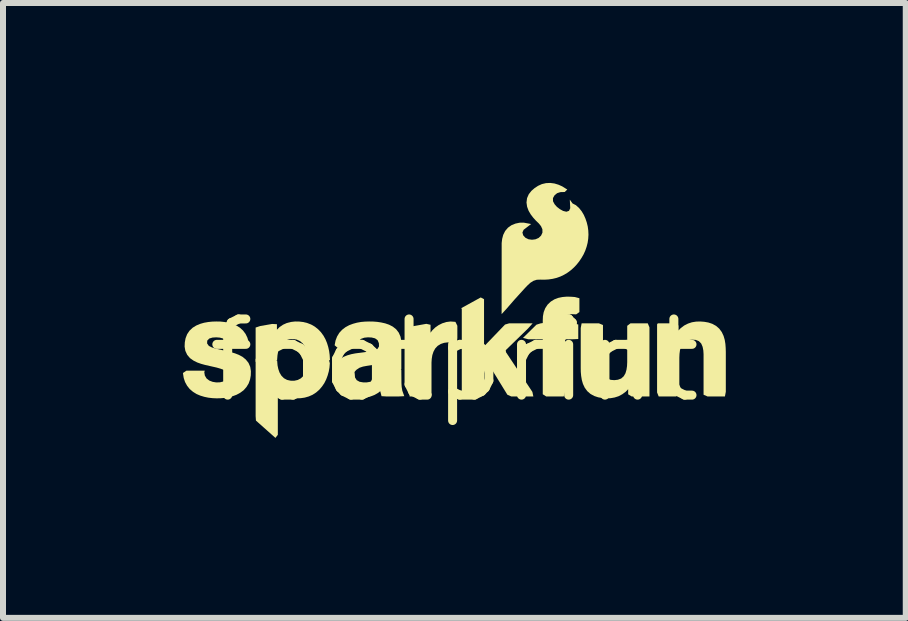
<source format=kicad_pcb>
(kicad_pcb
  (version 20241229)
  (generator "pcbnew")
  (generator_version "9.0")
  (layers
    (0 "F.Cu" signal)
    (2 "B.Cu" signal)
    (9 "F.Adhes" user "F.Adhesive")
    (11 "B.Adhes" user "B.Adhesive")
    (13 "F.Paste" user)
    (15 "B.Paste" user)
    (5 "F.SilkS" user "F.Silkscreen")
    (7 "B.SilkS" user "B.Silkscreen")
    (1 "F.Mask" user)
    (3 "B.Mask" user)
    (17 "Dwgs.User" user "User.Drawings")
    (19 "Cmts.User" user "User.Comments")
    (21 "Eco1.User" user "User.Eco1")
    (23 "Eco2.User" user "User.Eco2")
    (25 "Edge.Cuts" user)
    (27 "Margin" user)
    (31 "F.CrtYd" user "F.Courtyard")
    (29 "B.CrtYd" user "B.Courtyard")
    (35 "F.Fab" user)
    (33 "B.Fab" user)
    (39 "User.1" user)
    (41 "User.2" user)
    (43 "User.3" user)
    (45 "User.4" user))
  (footprint "footprint"
    (layer "F.Cu")
    (at 4.526 2.958)
    (property "Reference" "footprint" (at 0 0 0) (layer "F.SilkS") (effects (font (size 1.27 1.27) (thickness 0.15))))
    (fp_poly (pts (xy 0.494 -1.02) (xy 0.494 -0.233) (xy 0.844 -0.597) (xy 0.912 -0.617) (xy 1.304 -0.617) (xy 1.228 -0.532) (xy 0.856 -0.17) (xy 0.86 -0.136) (xy 1.3 0.526) (xy 1.316 0.602) (xy 0.948 0.602) (xy 0.883 0.573) (xy 0.602 0.116) (xy 0.585 0.098) (xy 0.511 0.168) (xy 0.494 0.216) (xy 0.494 0.554) (xy 0.446 0.602) (xy 0.155 0.602) (xy 0.123 0.538) (xy 0.123 -0.855) (xy 0.115 -0.871) (xy 0.439 -1.049)) (stroke (width 0) (type solid)) (fill yes) (layer "F.SilkS"))
    (fp_poly (pts (xy 0.017 -0.642) (xy 0.049 -0.577) (xy 0.049 -0.372) (xy 0.04 -0.287) (xy -0.049 -0.298) (xy -0.111 -0.3) (xy -0.172 -0.292) (xy -0.229 -0.273) (xy -0.28 -0.241) (xy -0.32 -0.198) (xy -0.349 -0.145) (xy -0.368 -0.087) (xy -0.378 -0.025) (xy -0.382 0.039) (xy -0.382 0.584) (xy -0.458 0.602) (xy -0.747 0.602) (xy -0.753 0.516) (xy -0.753 -0.541) (xy -0.747 -0.559) (xy -0.468 -0.609) (xy -0.398 -0.593) (xy -0.398 -0.461) (xy -0.371 -0.498) (xy -0.321 -0.547) (xy -0.264 -0.587) (xy -0.202 -0.618) (xy -0.135 -0.639) (xy -0.065 -0.648)) (stroke (width 0) (type solid)) (fill yes) (layer "F.SilkS"))
    (fp_poly (pts (xy 1.939 -1.061) (xy 2.008 -1.056) (xy 2.084 -1.036) (xy 2.084 -0.805) (xy 2.03 -0.767) (xy 1.956 -0.77) (xy 1.899 -0.765) (xy 1.859 -0.737) (xy 1.845 -0.685) (xy 1.844 -0.634) (xy 1.864 -0.617) (xy 1.99 -0.617) (xy 2.065 -0.598) (xy 2.065 -0.356) (xy 1.977 -0.352) (xy 1.858 -0.352) (xy 1.844 -0.329) (xy 1.844 0.529) (xy 1.822 0.602) (xy 1.531 0.602) (xy 1.473 0.565) (xy 1.473 -0.352) (xy 1.23 -0.352) (xy 1.143 -0.374) (xy 1.368 -0.595) (xy 1.435 -0.616) (xy 1.473 -0.622) (xy 1.473 -0.667) (xy 1.476 -0.736) (xy 1.489 -0.805) (xy 1.515 -0.871) (xy 1.555 -0.931) (xy 1.607 -0.98) (xy 1.667 -1.017) (xy 1.733 -1.042) (xy 1.802 -1.056) (xy 1.87 -1.062)) (stroke (width 0) (type solid)) (fill yes) (layer "F.SilkS"))
    (fp_poly (pts (xy -1.662 0.224) (xy -1.657 0.285) (xy -1.629 0.33) (xy -1.581 0.357) (xy -1.522 0.367) (xy -1.46 0.367) (xy -1.4 0.357) (xy -1.346 0.333) (xy -1.303 0.294) (xy -1.274 0.243) (xy -1.256 0.165) (xy -1.177 0.155) (xy -0.885 0.155) (xy -0.883 0.379) (xy -0.879 0.443) (xy -0.869 0.505) (xy -0.836 0.597) (xy -0.932 0.602) (xy -1.132 0.602) (xy -1.215 0.597) (xy -1.235 0.519) (xy -1.238 0.515) (xy -1.27 0.541) (xy -1.331 0.576) (xy -1.396 0.601) (xy -1.462 0.619) (xy -1.531 0.629) (xy -1.599 0.633) (xy -1.668 0.631) (xy -1.737 0.621) (xy -1.804 0.601) (xy -1.868 0.571) (xy -1.926 0.528) (xy -1.973 0.474) (xy -2.006 0.411) (xy -2.026 0.342) (xy -2.033 0.272) (xy -2.029 0.19) (xy -1.966 0.155) (xy -1.672 0.155)) (stroke (width 0) (type solid)) (fill yes) (layer "F.SilkS"))
    (fp_poly (pts (xy -2.955 0.005) (xy -2.949 0.083) (xy -2.936 0.145) (xy -2.915 0.204) (xy -2.884 0.256) (xy -2.842 0.298) (xy -2.79 0.326) (xy -2.732 0.339) (xy -2.671 0.34) (xy -2.612 0.327) (xy -2.56 0.3) (xy -2.517 0.259) (xy -2.486 0.208) (xy -2.465 0.149) (xy -2.453 0.088) (xy -2.446 0.01) (xy -2.388 -0.026) (xy -2.097 -0.026) (xy -2.077 0.048) (xy -2.083 0.12) (xy -2.095 0.187) (xy -2.114 0.254) (xy -2.138 0.318) (xy -2.169 0.38) (xy -2.208 0.437) (xy -2.253 0.49) (xy -2.306 0.536) (xy -2.365 0.574) (xy -2.429 0.602) (xy -2.496 0.621) (xy -2.564 0.631) (xy -2.634 0.633) (xy -2.703 0.625) (xy -2.771 0.608) (xy -2.835 0.58) (xy -2.895 0.542) (xy -2.944 0.497) (xy -2.944 1.241) (xy -2.984 1.293) (xy -3.309 1.004) (xy -3.314 0.929) (xy -3.314 -0.026) (xy -3.018 -0.026)) (stroke (width 0) (type solid)) (fill yes) (layer "F.SilkS"))
    (fp_poly (pts (xy 2.477 -0.589) (xy 2.477 0.087) (xy 2.481 0.15) (xy 2.492 0.211) (xy 2.515 0.264) (xy 2.554 0.304) (xy 2.606 0.325) (xy 2.666 0.33) (xy 2.726 0.323) (xy 2.78 0.303) (xy 2.823 0.265) (xy 2.852 0.215) (xy 2.869 0.156) (xy 2.878 0.094) (xy 2.881 0.03) (xy 2.881 -0.576) (xy 2.935 -0.617) (xy 3.224 -0.617) (xy 3.252 -0.55) (xy 3.252 0.602) (xy 2.956 0.602) (xy 2.897 0.566) (xy 2.897 0.481) (xy 2.855 0.524) (xy 2.799 0.565) (xy 2.737 0.598) (xy 2.671 0.619) (xy 2.602 0.631) (xy 2.534 0.633) (xy 2.465 0.628) (xy 2.397 0.616) (xy 2.331 0.594) (xy 2.269 0.56) (xy 2.215 0.513) (xy 2.173 0.456) (xy 2.143 0.392) (xy 2.124 0.326) (xy 2.113 0.258) (xy 2.107 0.191) (xy 2.106 0.124) (xy 2.106 -0.539) (xy 2.121 -0.617) (xy 2.41 -0.617)) (stroke (width 0) (type solid)) (fill yes) (layer "F.SilkS"))
    (fp_poly (pts (xy -2.588 -0.647) (xy -2.52 -0.639) (xy -2.452 -0.622) (xy -2.388 -0.597) (xy -2.327 -0.562) (xy -2.273 -0.519) (xy -2.225 -0.469) (xy -2.184 -0.413) (xy -2.15 -0.352) (xy -2.124 -0.289) (xy -2.104 -0.224) (xy -2.089 -0.157) (xy -2.08 -0.09) (xy -2.075 -0.006) (xy -2.141 0.024) (xy -2.43 0.024) (xy -2.448 -0.051) (xy -2.457 -0.116) (xy -2.472 -0.177) (xy -2.496 -0.233) (xy -2.53 -0.283) (xy -2.575 -0.322) (xy -2.628 -0.346) (xy -2.687 -0.356) (xy -2.748 -0.353) (xy -2.804 -0.336) (xy -2.854 -0.304) (xy -2.893 -0.259) (xy -2.921 -0.205) (xy -2.939 -0.146) (xy -2.95 -0.084) (xy -2.956 -0.004) (xy -3.02 0.024) (xy -3.314 0.024) (xy -3.314 -0.547) (xy -3.239 -0.572) (xy -3.039 -0.607) (xy -2.959 -0.603) (xy -2.959 -0.511) (xy -2.916 -0.554) (xy -2.858 -0.594) (xy -2.793 -0.623) (xy -2.726 -0.64) (xy -2.657 -0.648)) (stroke (width 0) (type solid)) (fill yes) (layer "F.SilkS"))
    (fp_poly (pts (xy 4.166 -0.643) (xy 4.234 -0.631) (xy 4.3 -0.609) (xy 4.362 -0.575) (xy 4.416 -0.528) (xy 4.458 -0.471) (xy 4.488 -0.407) (xy 4.507 -0.341) (xy 4.518 -0.273) (xy 4.523 -0.206) (xy 4.525 -0.139) (xy 4.525 0.524) (xy 4.51 0.602) (xy 4.22 0.602) (xy 4.154 0.573) (xy 4.154 -0.102) (xy 4.15 -0.166) (xy 4.138 -0.226) (xy 4.115 -0.28) (xy 4.076 -0.32) (xy 4.024 -0.341) (xy 3.964 -0.345) (xy 3.905 -0.338) (xy 3.85 -0.318) (xy 3.807 -0.281) (xy 3.778 -0.23) (xy 3.761 -0.171) (xy 3.753 -0.109) (xy 3.75 -0.045) (xy 3.75 0.561) (xy 3.695 0.602) (xy 3.406 0.602) (xy 3.379 0.535) (xy 3.379 -0.6) (xy 3.391 -0.617) (xy 3.675 -0.617) (xy 3.734 -0.581) (xy 3.734 -0.497) (xy 3.775 -0.539) (xy 3.831 -0.581) (xy 3.894 -0.613) (xy 3.96 -0.635) (xy 4.029 -0.646) (xy 4.097 -0.648)) (stroke (width 0) (type solid)) (fill yes) (layer "F.SilkS"))
    (fp_poly (pts (xy -1.356 -0.647) (xy -1.289 -0.642) (xy -1.222 -0.632) (xy -1.155 -0.617) (xy -1.09 -0.595) (xy -1.028 -0.563) (xy -0.972 -0.519) (xy -0.928 -0.462) (xy -0.899 -0.396) (xy -0.886 -0.327) (xy -0.885 -0.259) (xy -0.885 0.143) (xy -0.917 0.205) (xy -1.204 0.205) (xy -1.257 0.166) (xy -1.256 0.052) (xy -1.267 0.054) (xy -1.331 0.072) (xy -1.462 0.092) (xy -1.525 0.104) (xy -1.582 0.123) (xy -1.632 0.156) (xy -1.679 0.205) (xy -1.958 0.205) (xy -2.028 0.177) (xy -1.999 0.089) (xy -1.96 0.029) (xy -1.909 -0.021) (xy -1.849 -0.058) (xy -1.785 -0.084) (xy -1.719 -0.103) (xy -1.653 -0.116) (xy -1.392 -0.151) (xy -1.333 -0.165) (xy -1.283 -0.19) (xy -1.257 -0.233) (xy -1.259 -0.286) (xy -1.28 -0.336) (xy -1.323 -0.367) (xy -1.38 -0.381) (xy -1.441 -0.384) (xy -1.502 -0.378) (xy -1.556 -0.359) (xy -1.597 -0.322) (xy -1.622 -0.265) (xy -1.658 -0.207) (xy -1.945 -0.207) (xy -1.997 -0.252) (xy -1.981 -0.333) (xy -1.956 -0.398) (xy -1.919 -0.459) (xy -1.872 -0.51) (xy -1.816 -0.553) (xy -1.755 -0.586) (xy -1.691 -0.61) (xy -1.625 -0.628) (xy -1.558 -0.64) (xy -1.491 -0.646) (xy -1.423 -0.648)) (stroke (width 0) (type solid)) (fill yes) (layer "F.SilkS"))
    (fp_poly (pts (xy 1.668 -2.949) (xy 1.734 -2.929) (xy 1.797 -2.901) (xy 1.882 -2.848) (xy 1.839 -2.807) (xy 1.767 -2.805) (xy 1.712 -2.787) (xy 1.669 -2.751) (xy 1.643 -2.705) (xy 1.644 -2.652) (xy 1.671 -2.602) (xy 1.711 -2.557) (xy 1.76 -2.52) (xy 1.813 -2.491) (xy 1.867 -2.478) (xy 1.911 -2.493) (xy 1.931 -2.537) (xy 1.924 -2.68) (xy 1.97 -2.616) (xy 2.026 -2.587) (xy 2.079 -2.539) (xy 2.122 -2.485) (xy 2.157 -2.426) (xy 2.185 -2.363) (xy 2.207 -2.298) (xy 2.223 -2.232) (xy 2.232 -2.164) (xy 2.235 -2.096) (xy 2.231 -2.028) (xy 2.221 -1.96) (xy 2.204 -1.894) (xy 2.182 -1.83) (xy 2.154 -1.768) (xy 2.12 -1.709) (xy 2.082 -1.652) (xy 2.04 -1.599) (xy 1.994 -1.55) (xy 1.943 -1.504) (xy 1.888 -1.463) (xy 1.83 -1.428) (xy 1.768 -1.398) (xy 1.704 -1.375) (xy 1.637 -1.359) (xy 1.57 -1.349) (xy 1.502 -1.345) (xy 1.436 -1.346) (xy 1.374 -1.344) (xy 1.318 -1.326) (xy 1.267 -1.294) (xy 1.221 -1.252) (xy 1.176 -1.205) (xy 0.999 -1.01) (xy 0.869 -0.86) (xy 0.787 -0.771) (xy 0.788 -1.957) (xy 0.796 -2.025) (xy 0.814 -2.093) (xy 0.846 -2.157) (xy 0.893 -2.212) (xy 0.951 -2.253) (xy 1.017 -2.28) (xy 1.086 -2.295) (xy 1.156 -2.296) (xy 1.279 -2.273) (xy 1.154 -2.177) (xy 1.134 -2.132) (xy 1.147 -2.084) (xy 1.184 -2.044) (xy 1.235 -2.019) (xy 1.293 -2.011) (xy 1.351 -2.018) (xy 1.404 -2.041) (xy 1.445 -2.08) (xy 1.468 -2.13) (xy 1.467 -2.185) (xy 1.444 -2.237) (xy 1.406 -2.284) (xy 1.359 -2.329) (xy 1.313 -2.38) (xy 1.272 -2.434) (xy 1.237 -2.494) (xy 1.212 -2.561) (xy 1.202 -2.632) (xy 1.211 -2.704) (xy 1.24 -2.77) (xy 1.284 -2.826) (xy 1.337 -2.872) (xy 1.395 -2.91) (xy 1.459 -2.939) (xy 1.528 -2.955) (xy 1.598 -2.958)) (stroke (width 0) (type solid)) (fill yes) (layer "F.SilkS"))
    (fp_poly (pts (xy -3.903 -0.647) (xy -3.835 -0.64) (xy -3.768 -0.628) (xy -3.701 -0.609) (xy -3.637 -0.582) (xy -3.577 -0.545) (xy -3.525 -0.498) (xy -3.482 -0.441) (xy -3.451 -0.377) (xy -3.432 -0.308) (xy -3.437 -0.226) (xy -3.736 -0.226) (xy -3.781 -0.273) (xy -3.809 -0.33) (xy -3.853 -0.363) (xy -3.91 -0.379) (xy -3.971 -0.384) (xy -4.033 -0.38) (xy -4.087 -0.364) (xy -4.121 -0.329) (xy -4.123 -0.282) (xy -4.094 -0.241) (xy -4.042 -0.215) (xy -3.982 -0.196) (xy -3.789 -0.152) (xy -3.724 -0.136) (xy -3.659 -0.117) (xy -3.595 -0.092) (xy -3.533 -0.059) (xy -3.478 -0.014) (xy -3.433 0.042) (xy -3.404 0.109) (xy -3.393 0.18) (xy -3.395 0.25) (xy -3.407 0.319) (xy -3.431 0.386) (xy -3.468 0.446) (xy -3.515 0.499) (xy -3.572 0.541) (xy -3.633 0.574) (xy -3.698 0.598) (xy -3.765 0.615) (xy -3.832 0.626) (xy -3.9 0.632) (xy -3.968 0.633) (xy -4.035 0.63) (xy -4.103 0.622) (xy -4.17 0.608) (xy -4.236 0.588) (xy -4.3 0.561) (xy -4.359 0.524) (xy -4.413 0.478) (xy -4.457 0.423) (xy -4.491 0.361) (xy -4.513 0.294) (xy -4.526 0.211) (xy -4.468 0.172) (xy -4.162 0.172) (xy -4.17 0.198) (xy -4.161 0.253) (xy -4.132 0.302) (xy -4.086 0.337) (xy -4.031 0.358) (xy -3.97 0.368) (xy -3.909 0.366) (xy -3.851 0.352) (xy -3.801 0.325) (xy -3.77 0.281) (xy -3.766 0.231) (xy -3.793 0.189) (xy -3.843 0.159) (xy -3.902 0.138) (xy -3.964 0.12) (xy -4.158 0.076) (xy -4.223 0.058) (xy -4.288 0.035) (xy -4.35 0.004) (xy -4.408 -0.037) (xy -4.455 -0.092) (xy -4.486 -0.159) (xy -4.498 -0.229) (xy -4.495 -0.3) (xy -4.482 -0.369) (xy -4.456 -0.436) (xy -4.416 -0.495) (xy -4.364 -0.544) (xy -4.304 -0.581) (xy -4.24 -0.608) (xy -4.174 -0.627) (xy -4.106 -0.639) (xy -4.039 -0.646) (xy -3.971 -0.648)) (stroke (width 0) (type solid)) (fill yes) (layer "F.SilkS")))
  (gr_rect
    (start -3 -3)
    (end 12.051 7.251)
    (stroke (width 0.1) (type default))
    (fill no)
    (layer "Edge.Cuts")))
</source>
